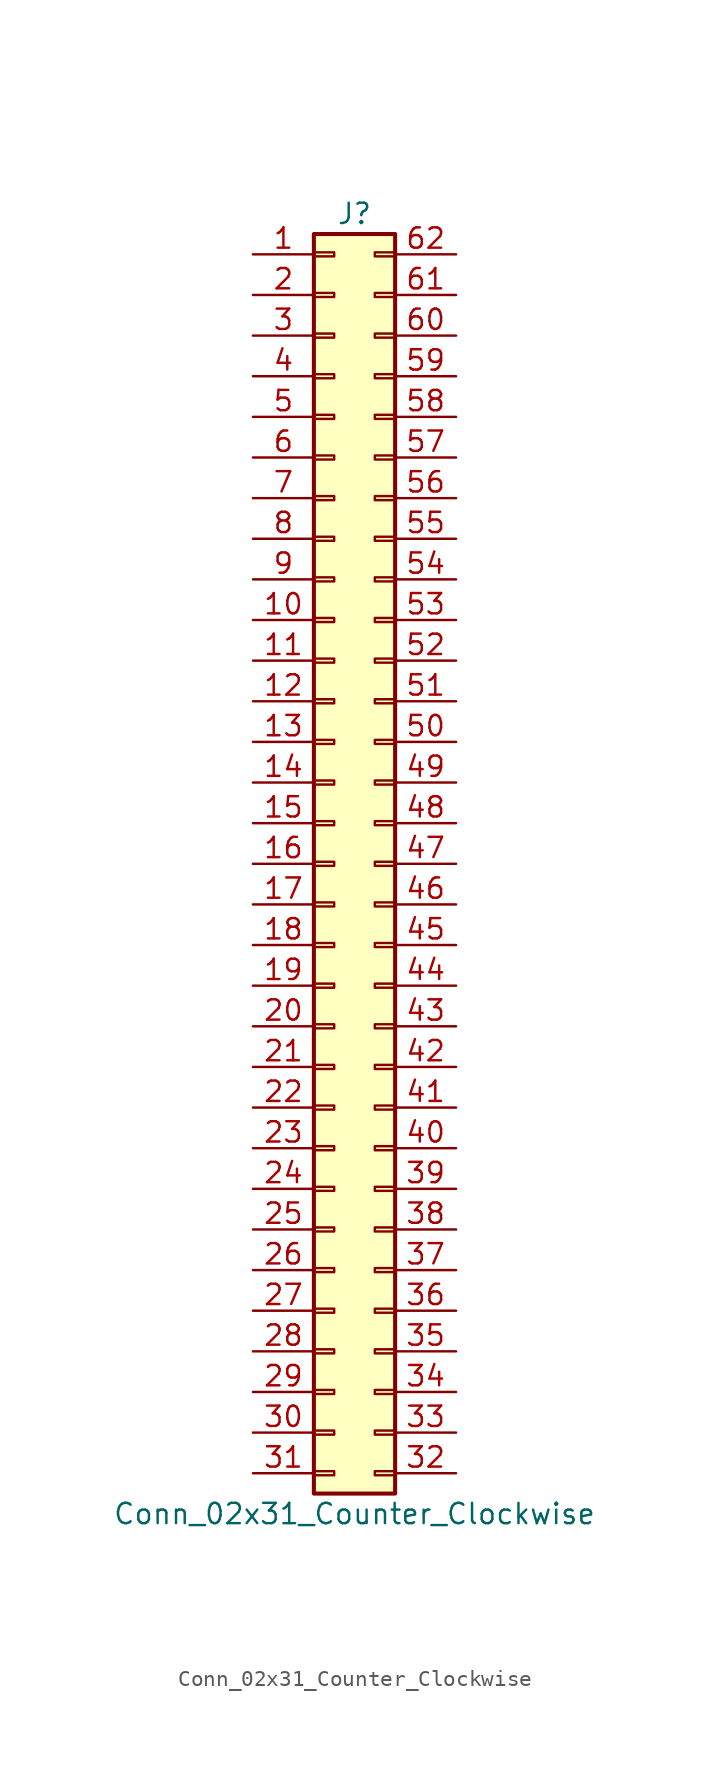
<source format=kicad_sym>
(kicad_symbol_lib
  (version 20201005)
  (generator kicad_symbol_editor)
  (symbol "Conn_02x31_Counter_Clockwise"
    (pin_names
      (offset 1.016) hide)
    (property "Reference" "J"
      (at 1.27 40.64 0)
      (effects (font (size 1.27 1.27))))
    (property "Value" "Conn_02x31_Counter_Clockwise"
      (at 1.27 -40.64 0)
      (effects (font (size 1.27 1.27))))
    (symbol "Conn_02x31_Counter_Clockwise_1_1"
      (rectangle (start -1.27 -37.973) (end 0 -38.227) (stroke (width 0.152)) (fill (type none)))
      (rectangle (start -1.27 -35.433) (end 0 -35.687) (stroke (width 0.152)) (fill (type none)))
      (rectangle (start -1.27 -32.893) (end 0 -33.147) (stroke (width 0.152)) (fill (type none)))
      (rectangle (start -1.27 -30.353) (end 0 -30.607) (stroke (width 0.152)) (fill (type none)))
      (rectangle (start -1.27 -27.813) (end 0 -28.067) (stroke (width 0.152)) (fill (type none)))
      (rectangle (start -1.27 -25.273) (end 0 -25.527) (stroke (width 0.152)) (fill (type none)))
      (rectangle (start -1.27 -22.733) (end 0 -22.987) (stroke (width 0.152)) (fill (type none)))
      (rectangle (start -1.27 -20.193) (end 0 -20.447) (stroke (width 0.152)) (fill (type none)))
      (rectangle (start -1.27 -17.653) (end 0 -17.907) (stroke (width 0.152)) (fill (type none)))
      (rectangle (start -1.27 -15.113) (end 0 -15.367) (stroke (width 0.152)) (fill (type none)))
      (rectangle (start -1.27 -12.573) (end 0 -12.827) (stroke (width 0.152)) (fill (type none)))
      (rectangle (start -1.27 -10.033) (end 0 -10.287) (stroke (width 0.152)) (fill (type none)))
      (rectangle (start -1.27 -7.493) (end 0 -7.747) (stroke (width 0.152)) (fill (type none)))
      (rectangle (start -1.27 -4.953) (end 0 -5.207) (stroke (width 0.152)) (fill (type none)))
      (rectangle (start -1.27 -2.413) (end 0 -2.667) (stroke (width 0.152)) (fill (type none)))
      (rectangle (start -1.27 0.127) (end 0 -0.127) (stroke (width 0.152)) (fill (type none)))
      (rectangle (start -1.27 2.667) (end 0 2.413) (stroke (width 0.152)) (fill (type none)))
      (rectangle (start -1.27 5.207) (end 0 4.953) (stroke (width 0.152)) (fill (type none)))
      (rectangle (start -1.27 7.747) (end 0 7.493) (stroke (width 0.152)) (fill (type none)))
      (rectangle (start -1.27 10.287) (end 0 10.033) (stroke (width 0.152)) (fill (type none)))
      (rectangle (start -1.27 12.827) (end 0 12.573) (stroke (width 0.152)) (fill (type none)))
      (rectangle (start -1.27 15.367) (end 0 15.113) (stroke (width 0.152)) (fill (type none)))
      (rectangle (start -1.27 17.907) (end 0 17.653) (stroke (width 0.152)) (fill (type none)))
      (rectangle (start -1.27 20.447) (end 0 20.193) (stroke (width 0.152)) (fill (type none)))
      (rectangle (start -1.27 22.987) (end 0 22.733) (stroke (width 0.152)) (fill (type none)))
      (rectangle (start -1.27 25.527) (end 0 25.273) (stroke (width 0.152)) (fill (type none)))
      (rectangle (start -1.27 28.067) (end 0 27.813) (stroke (width 0.152)) (fill (type none)))
      (rectangle (start -1.27 30.607) (end 0 30.353) (stroke (width 0.152)) (fill (type none)))
      (rectangle (start -1.27 33.147) (end 0 32.893) (stroke (width 0.152)) (fill (type none)))
      (rectangle (start -1.27 35.687) (end 0 35.433) (stroke (width 0.152)) (fill (type none)))
      (rectangle (start -1.27 38.227) (end 0 37.973) (stroke (width 0.152)) (fill (type none)))
      (rectangle (start 3.81 -37.973) (end 2.54 -38.227) (stroke (width 0.152)) (fill (type none)))
      (rectangle (start 3.81 -35.433) (end 2.54 -35.687) (stroke (width 0.152)) (fill (type none)))
      (rectangle (start 3.81 -32.893) (end 2.54 -33.147) (stroke (width 0.152)) (fill (type none)))
      (rectangle (start 3.81 -30.353) (end 2.54 -30.607) (stroke (width 0.152)) (fill (type none)))
      (rectangle (start 3.81 -27.813) (end 2.54 -28.067) (stroke (width 0.152)) (fill (type none)))
      (rectangle (start 3.81 -25.273) (end 2.54 -25.527) (stroke (width 0.152)) (fill (type none)))
      (rectangle (start 3.81 -22.733) (end 2.54 -22.987) (stroke (width 0.152)) (fill (type none)))
      (rectangle (start 3.81 -20.193) (end 2.54 -20.447) (stroke (width 0.152)) (fill (type none)))
      (rectangle (start 3.81 -17.653) (end 2.54 -17.907) (stroke (width 0.152)) (fill (type none)))
      (rectangle (start 3.81 -15.113) (end 2.54 -15.367) (stroke (width 0.152)) (fill (type none)))
      (rectangle (start 3.81 -12.573) (end 2.54 -12.827) (stroke (width 0.152)) (fill (type none)))
      (rectangle (start 3.81 -10.033) (end 2.54 -10.287) (stroke (width 0.152)) (fill (type none)))
      (rectangle (start 3.81 -7.493) (end 2.54 -7.747) (stroke (width 0.152)) (fill (type none)))
      (rectangle (start 3.81 -4.953) (end 2.54 -5.207) (stroke (width 0.152)) (fill (type none)))
      (rectangle (start 3.81 -2.413) (end 2.54 -2.667) (stroke (width 0.152)) (fill (type none)))
      (rectangle (start 3.81 0.127) (end 2.54 -0.127) (stroke (width 0.152)) (fill (type none)))
      (rectangle (start 3.81 2.667) (end 2.54 2.413) (stroke (width 0.152)) (fill (type none)))
      (rectangle (start 3.81 5.207) (end 2.54 4.953) (stroke (width 0.152)) (fill (type none)))
      (rectangle (start 3.81 7.747) (end 2.54 7.493) (stroke (width 0.152)) (fill (type none)))
      (rectangle (start 3.81 10.287) (end 2.54 10.033) (stroke (width 0.152)) (fill (type none)))
      (rectangle (start 3.81 12.827) (end 2.54 12.573) (stroke (width 0.152)) (fill (type none)))
      (rectangle (start 3.81 15.367) (end 2.54 15.113) (stroke (width 0.152)) (fill (type none)))
      (rectangle (start 3.81 17.907) (end 2.54 17.653) (stroke (width 0.152)) (fill (type none)))
      (rectangle (start 3.81 20.447) (end 2.54 20.193) (stroke (width 0.152)) (fill (type none)))
      (rectangle (start 3.81 22.987) (end 2.54 22.733) (stroke (width 0.152)) (fill (type none)))
      (rectangle (start 3.81 25.527) (end 2.54 25.273) (stroke (width 0.152)) (fill (type none)))
      (rectangle (start 3.81 28.067) (end 2.54 27.813) (stroke (width 0.152)) (fill (type none)))
      (rectangle (start 3.81 30.607) (end 2.54 30.353) (stroke (width 0.152)) (fill (type none)))
      (rectangle (start 3.81 33.147) (end 2.54 32.893) (stroke (width 0.152)) (fill (type none)))
      (rectangle (start 3.81 35.687) (end 2.54 35.433) (stroke (width 0.152)) (fill (type none)))
      (rectangle (start 3.81 38.227) (end 2.54 37.973) (stroke (width 0.152)) (fill (type none)))
      (rectangle (start -1.27 39.37) (end 3.81 -39.37) (stroke (width 0.254)) (fill (type background)))
      (pin passive line (at -5.08 38.1 0) (length 3.81) (name "Pin_1" (effects (font (size 1.27 1.27)))) (number "1" (effects (font (size 1.27 1.27)))))
      (pin passive line (at -5.08 15.24 0) (length 3.81) (name "Pin_10" (effects (font (size 1.27 1.27)))) (number "10" (effects (font (size 1.27 1.27)))))
      (pin passive line (at -5.08 12.7 0) (length 3.81) (name "Pin_11" (effects (font (size 1.27 1.27)))) (number "11" (effects (font (size 1.27 1.27)))))
      (pin passive line (at -5.08 10.16 0) (length 3.81) (name "Pin_12" (effects (font (size 1.27 1.27)))) (number "12" (effects (font (size 1.27 1.27)))))
      (pin passive line (at -5.08 7.62 0) (length 3.81) (name "Pin_13" (effects (font (size 1.27 1.27)))) (number "13" (effects (font (size 1.27 1.27)))))
      (pin passive line (at -5.08 5.08 0) (length 3.81) (name "Pin_14" (effects (font (size 1.27 1.27)))) (number "14" (effects (font (size 1.27 1.27)))))
      (pin passive line (at -5.08 2.54 0) (length 3.81) (name "Pin_15" (effects (font (size 1.27 1.27)))) (number "15" (effects (font (size 1.27 1.27)))))
      (pin passive line (at -5.08 0 0) (length 3.81) (name "Pin_16" (effects (font (size 1.27 1.27)))) (number "16" (effects (font (size 1.27 1.27)))))
      (pin passive line (at -5.08 -2.54 0) (length 3.81) (name "Pin_17" (effects (font (size 1.27 1.27)))) (number "17" (effects (font (size 1.27 1.27)))))
      (pin passive line (at -5.08 -5.08 0) (length 3.81) (name "Pin_18" (effects (font (size 1.27 1.27)))) (number "18" (effects (font (size 1.27 1.27)))))
      (pin passive line (at -5.08 -7.62 0) (length 3.81) (name "Pin_19" (effects (font (size 1.27 1.27)))) (number "19" (effects (font (size 1.27 1.27)))))
      (pin passive line (at -5.08 35.56 0) (length 3.81) (name "Pin_2" (effects (font (size 1.27 1.27)))) (number "2" (effects (font (size 1.27 1.27)))))
      (pin passive line (at -5.08 -10.16 0) (length 3.81) (name "Pin_20" (effects (font (size 1.27 1.27)))) (number "20" (effects (font (size 1.27 1.27)))))
      (pin passive line (at -5.08 -12.7 0) (length 3.81) (name "Pin_21" (effects (font (size 1.27 1.27)))) (number "21" (effects (font (size 1.27 1.27)))))
      (pin passive line (at -5.08 -15.24 0) (length 3.81) (name "Pin_22" (effects (font (size 1.27 1.27)))) (number "22" (effects (font (size 1.27 1.27)))))
      (pin passive line (at -5.08 -17.78 0) (length 3.81) (name "Pin_23" (effects (font (size 1.27 1.27)))) (number "23" (effects (font (size 1.27 1.27)))))
      (pin passive line (at -5.08 -20.32 0) (length 3.81) (name "Pin_24" (effects (font (size 1.27 1.27)))) (number "24" (effects (font (size 1.27 1.27)))))
      (pin passive line (at -5.08 -22.86 0) (length 3.81) (name "Pin_25" (effects (font (size 1.27 1.27)))) (number "25" (effects (font (size 1.27 1.27)))))
      (pin passive line (at -5.08 -25.4 0) (length 3.81) (name "Pin_26" (effects (font (size 1.27 1.27)))) (number "26" (effects (font (size 1.27 1.27)))))
      (pin passive line (at -5.08 -27.94 0) (length 3.81) (name "Pin_27" (effects (font (size 1.27 1.27)))) (number "27" (effects (font (size 1.27 1.27)))))
      (pin passive line (at -5.08 -30.48 0) (length 3.81) (name "Pin_28" (effects (font (size 1.27 1.27)))) (number "28" (effects (font (size 1.27 1.27)))))
      (pin passive line (at -5.08 -33.02 0) (length 3.81) (name "Pin_29" (effects (font (size 1.27 1.27)))) (number "29" (effects (font (size 1.27 1.27)))))
      (pin passive line (at -5.08 33.02 0) (length 3.81) (name "Pin_3" (effects (font (size 1.27 1.27)))) (number "3" (effects (font (size 1.27 1.27)))))
      (pin passive line (at -5.08 -35.56 0) (length 3.81) (name "Pin_30" (effects (font (size 1.27 1.27)))) (number "30" (effects (font (size 1.27 1.27)))))
      (pin passive line (at -5.08 -38.1 0) (length 3.81) (name "Pin_31" (effects (font (size 1.27 1.27)))) (number "31" (effects (font (size 1.27 1.27)))))
      (pin passive line (at 7.62 -38.1 180) (length 3.81) (name "Pin_32" (effects (font (size 1.27 1.27)))) (number "32" (effects (font (size 1.27 1.27)))))
      (pin passive line (at 7.62 -35.56 180) (length 3.81) (name "Pin_33" (effects (font (size 1.27 1.27)))) (number "33" (effects (font (size 1.27 1.27)))))
      (pin passive line (at 7.62 -33.02 180) (length 3.81) (name "Pin_34" (effects (font (size 1.27 1.27)))) (number "34" (effects (font (size 1.27 1.27)))))
      (pin passive line (at 7.62 -30.48 180) (length 3.81) (name "Pin_35" (effects (font (size 1.27 1.27)))) (number "35" (effects (font (size 1.27 1.27)))))
      (pin passive line (at 7.62 -27.94 180) (length 3.81) (name "Pin_36" (effects (font (size 1.27 1.27)))) (number "36" (effects (font (size 1.27 1.27)))))
      (pin passive line (at 7.62 -25.4 180) (length 3.81) (name "Pin_37" (effects (font (size 1.27 1.27)))) (number "37" (effects (font (size 1.27 1.27)))))
      (pin passive line (at 7.62 -22.86 180) (length 3.81) (name "Pin_38" (effects (font (size 1.27 1.27)))) (number "38" (effects (font (size 1.27 1.27)))))
      (pin passive line (at 7.62 -20.32 180) (length 3.81) (name "Pin_39" (effects (font (size 1.27 1.27)))) (number "39" (effects (font (size 1.27 1.27)))))
      (pin passive line (at -5.08 30.48 0) (length 3.81) (name "Pin_4" (effects (font (size 1.27 1.27)))) (number "4" (effects (font (size 1.27 1.27)))))
      (pin passive line (at 7.62 -17.78 180) (length 3.81) (name "Pin_40" (effects (font (size 1.27 1.27)))) (number "40" (effects (font (size 1.27 1.27)))))
      (pin passive line (at 7.62 -15.24 180) (length 3.81) (name "Pin_41" (effects (font (size 1.27 1.27)))) (number "41" (effects (font (size 1.27 1.27)))))
      (pin passive line (at 7.62 -12.7 180) (length 3.81) (name "Pin_42" (effects (font (size 1.27 1.27)))) (number "42" (effects (font (size 1.27 1.27)))))
      (pin passive line (at 7.62 -10.16 180) (length 3.81) (name "Pin_43" (effects (font (size 1.27 1.27)))) (number "43" (effects (font (size 1.27 1.27)))))
      (pin passive line (at 7.62 -7.62 180) (length 3.81) (name "Pin_44" (effects (font (size 1.27 1.27)))) (number "44" (effects (font (size 1.27 1.27)))))
      (pin passive line (at 7.62 -5.08 180) (length 3.81) (name "Pin_45" (effects (font (size 1.27 1.27)))) (number "45" (effects (font (size 1.27 1.27)))))
      (pin passive line (at 7.62 -2.54 180) (length 3.81) (name "Pin_46" (effects (font (size 1.27 1.27)))) (number "46" (effects (font (size 1.27 1.27)))))
      (pin passive line (at 7.62 0 180) (length 3.81) (name "Pin_47" (effects (font (size 1.27 1.27)))) (number "47" (effects (font (size 1.27 1.27)))))
      (pin passive line (at 7.62 2.54 180) (length 3.81) (name "Pin_48" (effects (font (size 1.27 1.27)))) (number "48" (effects (font (size 1.27 1.27)))))
      (pin passive line (at 7.62 5.08 180) (length 3.81) (name "Pin_49" (effects (font (size 1.27 1.27)))) (number "49" (effects (font (size 1.27 1.27)))))
      (pin passive line (at -5.08 27.94 0) (length 3.81) (name "Pin_5" (effects (font (size 1.27 1.27)))) (number "5" (effects (font (size 1.27 1.27)))))
      (pin passive line (at 7.62 7.62 180) (length 3.81) (name "Pin_50" (effects (font (size 1.27 1.27)))) (number "50" (effects (font (size 1.27 1.27)))))
      (pin passive line (at 7.62 10.16 180) (length 3.81) (name "Pin_51" (effects (font (size 1.27 1.27)))) (number "51" (effects (font (size 1.27 1.27)))))
      (pin passive line (at 7.62 12.7 180) (length 3.81) (name "Pin_52" (effects (font (size 1.27 1.27)))) (number "52" (effects (font (size 1.27 1.27)))))
      (pin passive line (at 7.62 15.24 180) (length 3.81) (name "Pin_53" (effects (font (size 1.27 1.27)))) (number "53" (effects (font (size 1.27 1.27)))))
      (pin passive line (at 7.62 17.78 180) (length 3.81) (name "Pin_54" (effects (font (size 1.27 1.27)))) (number "54" (effects (font (size 1.27 1.27)))))
      (pin passive line (at 7.62 20.32 180) (length 3.81) (name "Pin_55" (effects (font (size 1.27 1.27)))) (number "55" (effects (font (size 1.27 1.27)))))
      (pin passive line (at 7.62 22.86 180) (length 3.81) (name "Pin_56" (effects (font (size 1.27 1.27)))) (number "56" (effects (font (size 1.27 1.27)))))
      (pin passive line (at 7.62 25.4 180) (length 3.81) (name "Pin_57" (effects (font (size 1.27 1.27)))) (number "57" (effects (font (size 1.27 1.27)))))
      (pin passive line (at 7.62 27.94 180) (length 3.81) (name "Pin_58" (effects (font (size 1.27 1.27)))) (number "58" (effects (font (size 1.27 1.27)))))
      (pin passive line (at 7.62 30.48 180) (length 3.81) (name "Pin_59" (effects (font (size 1.27 1.27)))) (number "59" (effects (font (size 1.27 1.27)))))
      (pin passive line (at -5.08 25.4 0) (length 3.81) (name "Pin_6" (effects (font (size 1.27 1.27)))) (number "6" (effects (font (size 1.27 1.27)))))
      (pin passive line (at 7.62 33.02 180) (length 3.81) (name "Pin_60" (effects (font (size 1.27 1.27)))) (number "60" (effects (font (size 1.27 1.27)))))
      (pin passive line (at 7.62 35.56 180) (length 3.81) (name "Pin_61" (effects (font (size 1.27 1.27)))) (number "61" (effects (font (size 1.27 1.27)))))
      (pin passive line (at 7.62 38.1 180) (length 3.81) (name "Pin_62" (effects (font (size 1.27 1.27)))) (number "62" (effects (font (size 1.27 1.27)))))
      (pin passive line (at -5.08 22.86 0) (length 3.81) (name "Pin_7" (effects (font (size 1.27 1.27)))) (number "7" (effects (font (size 1.27 1.27)))))
      (pin passive line (at -5.08 20.32 0) (length 3.81) (name "Pin_8" (effects (font (size 1.27 1.27)))) (number "8" (effects (font (size 1.27 1.27)))))
      (pin passive line (at -5.08 17.78 0) (length 3.81) (name "Pin_9" (effects (font (size 1.27 1.27)))) (number "9" (effects (font (size 1.27 1.27))))))))
</source>
